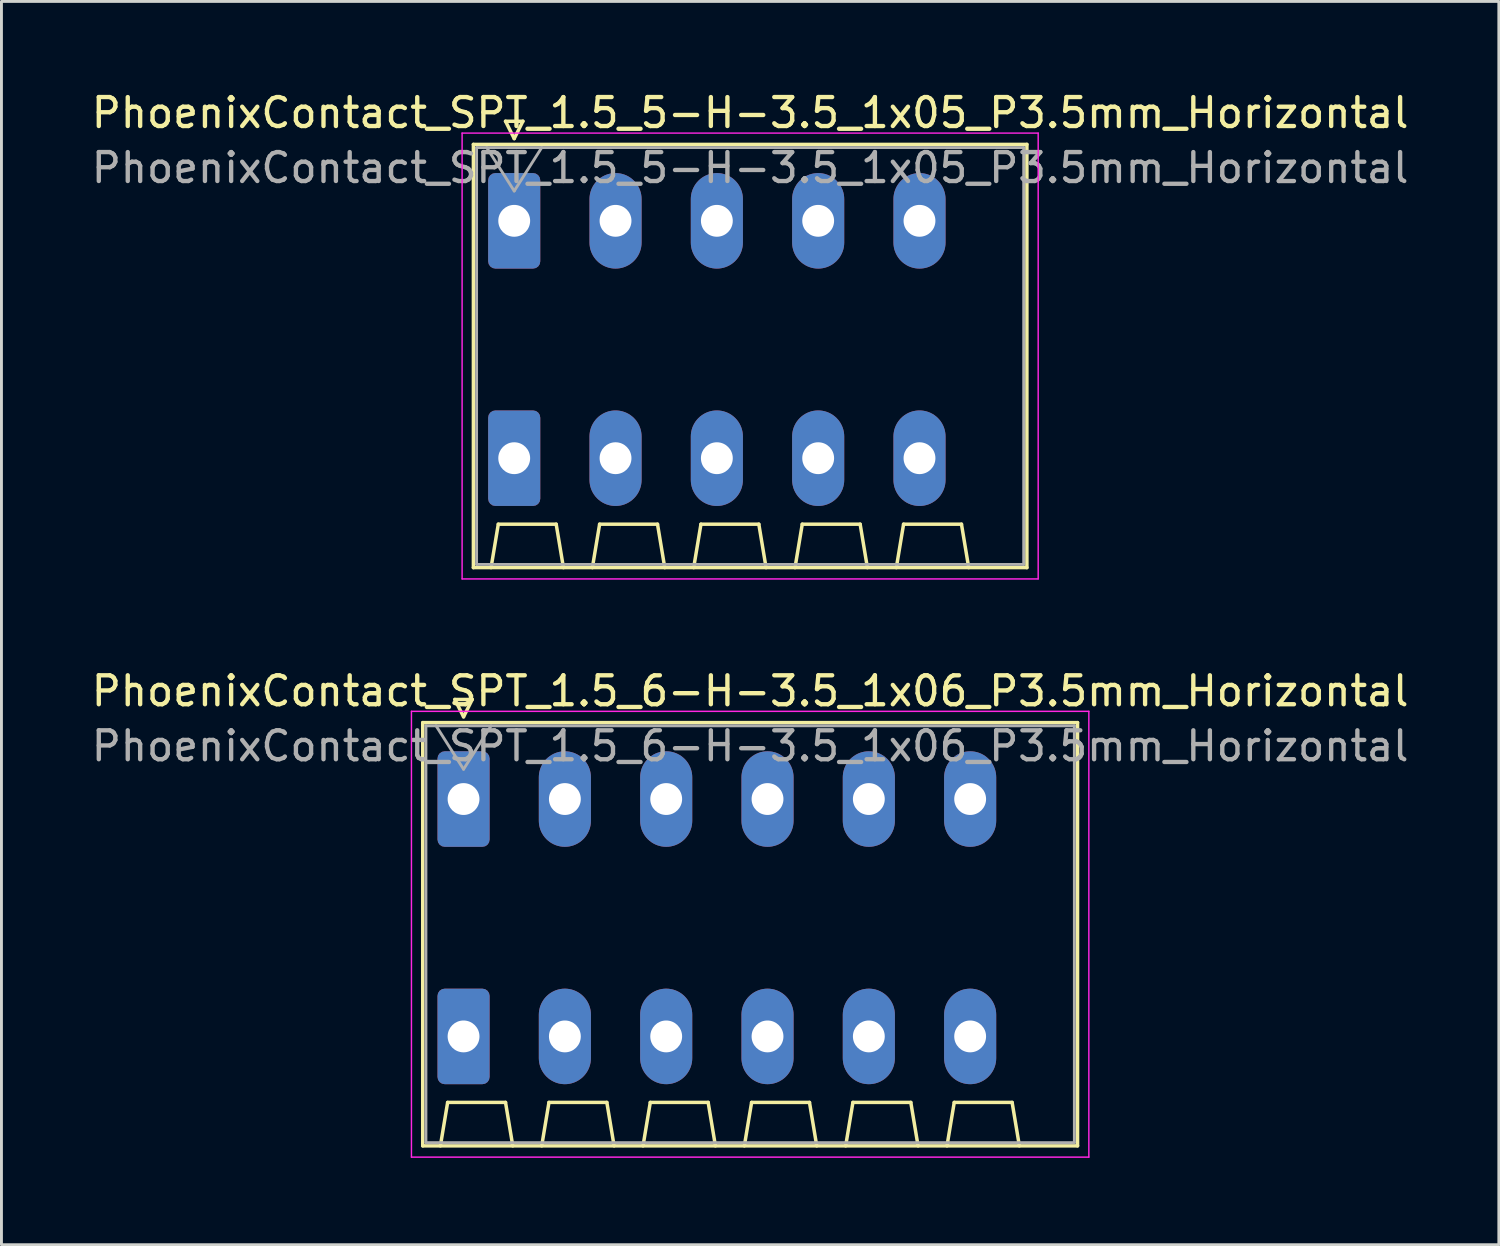
<source format=kicad_pcb>
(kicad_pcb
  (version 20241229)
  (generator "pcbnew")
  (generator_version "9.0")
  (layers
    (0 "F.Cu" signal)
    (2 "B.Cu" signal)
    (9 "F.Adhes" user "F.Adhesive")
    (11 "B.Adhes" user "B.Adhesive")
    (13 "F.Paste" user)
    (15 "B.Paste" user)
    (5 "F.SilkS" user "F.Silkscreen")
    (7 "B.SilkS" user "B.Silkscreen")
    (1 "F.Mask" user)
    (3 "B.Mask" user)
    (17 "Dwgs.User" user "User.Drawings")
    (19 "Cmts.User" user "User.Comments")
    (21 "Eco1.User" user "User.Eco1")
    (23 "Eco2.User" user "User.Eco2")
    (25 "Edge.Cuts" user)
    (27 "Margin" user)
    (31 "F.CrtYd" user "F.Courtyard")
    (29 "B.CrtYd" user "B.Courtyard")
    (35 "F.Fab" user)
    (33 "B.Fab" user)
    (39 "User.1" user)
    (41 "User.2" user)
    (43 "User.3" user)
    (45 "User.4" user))
  (footprint "PhoenixContact_SPT_1.5_6-H-3.5_1x06_P3.5mm_Horizontal"
    (layer "F.Cu")
    (at 12.963 24.552)
    (property "Reference" "PhoenixContact_SPT_1.5_6-H-3.5_1x06_P3.5mm_Horizontal" (at 9.9 -3.73 0) (layer "F.SilkS") (effects (font (size 1 1) (thickness 0.15))))
    (attr through_hole)
    (fp_line (start -1.41 -2.64) (end 21.21 -2.64) (stroke (width 0.12) (type solid)) (layer "F.SilkS"))
    (fp_line (start -1.41 11.98) (end -1.41 -2.64) (stroke (width 0.12) (type solid)) (layer "F.SilkS"))
    (fp_line (start -0.8 11.98) (end -0.55 10.48) (stroke (width 0.12) (type solid)) (layer "F.SilkS"))
    (fp_line (start -0.55 10.48) (end 1.45 10.48) (stroke (width 0.12) (type solid)) (layer "F.SilkS"))
    (fp_line (start -0.3 -3.44) (end 0 -2.84) (stroke (width 0.12) (type solid)) (layer "F.SilkS"))
    (fp_line (start -0.3 -3.44) (end 0.3 -3.44) (stroke (width 0.12) (type solid)) (layer "F.SilkS"))
    (fp_line (start 0.3 -3.44) (end 0 -2.84) (stroke (width 0.12) (type solid)) (layer "F.SilkS"))
    (fp_line (start 1.7 11.98) (end 1.45 10.48) (stroke (width 0.12) (type solid)) (layer "F.SilkS"))
    (fp_line (start 2.7 11.98) (end 2.95 10.48) (stroke (width 0.12) (type solid)) (layer "F.SilkS"))
    (fp_line (start 2.95 10.48) (end 4.95 10.48) (stroke (width 0.12) (type solid)) (layer "F.SilkS"))
    (fp_line (start 5.2 11.98) (end 4.95 10.48) (stroke (width 0.12) (type solid)) (layer "F.SilkS"))
    (fp_line (start 6.2 11.98) (end 6.45 10.48) (stroke (width 0.12) (type solid)) (layer "F.SilkS"))
    (fp_line (start 6.45 10.48) (end 8.45 10.48) (stroke (width 0.12) (type solid)) (layer "F.SilkS"))
    (fp_line (start 8.7 11.98) (end 8.45 10.48) (stroke (width 0.12) (type solid)) (layer "F.SilkS"))
    (fp_line (start 9.7 11.98) (end 9.95 10.48) (stroke (width 0.12) (type solid)) (layer "F.SilkS"))
    (fp_line (start 9.95 10.48) (end 11.95 10.48) (stroke (width 0.12) (type solid)) (layer "F.SilkS"))
    (fp_line (start 12.2 11.98) (end 11.95 10.48) (stroke (width 0.12) (type solid)) (layer "F.SilkS"))
    (fp_line (start 13.2 11.98) (end 13.45 10.48) (stroke (width 0.12) (type solid)) (layer "F.SilkS"))
    (fp_line (start 13.45 10.48) (end 15.45 10.48) (stroke (width 0.12) (type solid)) (layer "F.SilkS"))
    (fp_line (start 15.7 11.98) (end 15.45 10.48) (stroke (width 0.12) (type solid)) (layer "F.SilkS"))
    (fp_line (start 16.7 11.98) (end 16.95 10.48) (stroke (width 0.12) (type solid)) (layer "F.SilkS"))
    (fp_line (start 16.95 10.48) (end 18.95 10.48) (stroke (width 0.12) (type solid)) (layer "F.SilkS"))
    (fp_line (start 19.2 11.98) (end 18.95 10.48) (stroke (width 0.12) (type solid)) (layer "F.SilkS"))
    (fp_line (start 21.21 -2.64) (end 21.21 11.98) (stroke (width 0.12) (type solid)) (layer "F.SilkS"))
    (fp_line (start 21.21 11.98) (end -1.41 11.98) (stroke (width 0.12) (type solid)) (layer "F.SilkS"))
    (fp_line (start -1.8 -3.03) (end -1.8 12.37) (stroke (width 0.05) (type solid)) (layer "F.CrtYd"))
    (fp_line (start -1.8 12.37) (end 21.6 12.37) (stroke (width 0.05) (type solid)) (layer "F.CrtYd"))
    (fp_line (start 21.6 -3.03) (end -1.8 -3.03) (stroke (width 0.05) (type solid)) (layer "F.CrtYd"))
    (fp_line (start 21.6 12.37) (end 21.6 -3.03) (stroke (width 0.05) (type solid)) (layer "F.CrtYd"))
    (fp_line (start -1.3 -2.53) (end -1.3 11.87) (stroke (width 0.1) (type solid)) (layer "F.Fab"))
    (fp_line (start -1.3 11.87) (end 21.1 11.87) (stroke (width 0.1) (type solid)) (layer "F.Fab"))
    (fp_line (start -0.95 -2.53) (end 0 -1.03) (stroke (width 0.1) (type solid)) (layer "F.Fab"))
    (fp_line (start 0.95 -2.53) (end 0 -1.03) (stroke (width 0.1) (type solid)) (layer "F.Fab"))
    (fp_line (start 21.1 -2.53) (end -1.3 -2.53) (stroke (width 0.1) (type solid)) (layer "F.Fab"))
    (fp_line (start 21.1 11.87) (end 21.1 -2.53) (stroke (width 0.1) (type solid)) (layer "F.Fab"))
    (fp_text user "${REFERENCE}" (at 9.9 -1.83 0) (layer "F.Fab") (effects (font (size 1 1) (thickness 0.15))))
    (pad "1" thru_hole roundrect (at 0 0) (size 1.8 3.3) (drill 1.1) (layers "*.Cu" "*.Mask") (roundrect_rratio 0.139))
    (pad "1" thru_hole roundrect (at 0 8.2) (size 1.8 3.3) (drill 1.1) (layers "*.Cu" "*.Mask") (roundrect_rratio 0.139))
    (pad "2" thru_hole oval (at 3.5 0) (size 1.8 3.3) (drill 1.1) (layers "*.Cu" "*.Mask"))
    (pad "2" thru_hole oval (at 3.5 8.2) (size 1.8 3.3) (drill 1.1) (layers "*.Cu" "*.Mask"))
    (pad "3" thru_hole oval (at 7 0) (size 1.8 3.3) (drill 1.1) (layers "*.Cu" "*.Mask"))
    (pad "3" thru_hole oval (at 7 8.2) (size 1.8 3.3) (drill 1.1) (layers "*.Cu" "*.Mask"))
    (pad "4" thru_hole oval (at 10.5 0) (size 1.8 3.3) (drill 1.1) (layers "*.Cu" "*.Mask"))
    (pad "4" thru_hole oval (at 10.5 8.2) (size 1.8 3.3) (drill 1.1) (layers "*.Cu" "*.Mask"))
    (pad "5" thru_hole oval (at 14 0) (size 1.8 3.3) (drill 1.1) (layers "*.Cu" "*.Mask"))
    (pad "5" thru_hole oval (at 14 8.2) (size 1.8 3.3) (drill 1.1) (layers "*.Cu" "*.Mask"))
    (pad "6" thru_hole oval (at 17.5 0) (size 1.8 3.3) (drill 1.1) (layers "*.Cu" "*.Mask"))
    (pad "6" thru_hole oval (at 17.5 8.2) (size 1.8 3.3) (drill 1.1) (layers "*.Cu" "*.Mask")))
  (footprint "PhoenixContact_SPT_1.5_5-H-3.5_1x05_P3.5mm_Horizontal"
    (layer "F.Cu")
    (at 14.713 4.578)
    (property "Reference" "PhoenixContact_SPT_1.5_5-H-3.5_1x05_P3.5mm_Horizontal" (at 8.15 -3.73 0) (layer "F.SilkS") (effects (font (size 1 1) (thickness 0.15))))
    (attr through_hole)
    (fp_line (start -1.41 -2.64) (end 17.71 -2.64) (stroke (width 0.12) (type solid)) (layer "F.SilkS"))
    (fp_line (start -1.41 11.98) (end -1.41 -2.64) (stroke (width 0.12) (type solid)) (layer "F.SilkS"))
    (fp_line (start -0.8 11.98) (end -0.55 10.48) (stroke (width 0.12) (type solid)) (layer "F.SilkS"))
    (fp_line (start -0.55 10.48) (end 1.45 10.48) (stroke (width 0.12) (type solid)) (layer "F.SilkS"))
    (fp_line (start -0.3 -3.44) (end 0 -2.84) (stroke (width 0.12) (type solid)) (layer "F.SilkS"))
    (fp_line (start -0.3 -3.44) (end 0.3 -3.44) (stroke (width 0.12) (type solid)) (layer "F.SilkS"))
    (fp_line (start 0.3 -3.44) (end 0 -2.84) (stroke (width 0.12) (type solid)) (layer "F.SilkS"))
    (fp_line (start 1.7 11.98) (end 1.45 10.48) (stroke (width 0.12) (type solid)) (layer "F.SilkS"))
    (fp_line (start 2.7 11.98) (end 2.95 10.48) (stroke (width 0.12) (type solid)) (layer "F.SilkS"))
    (fp_line (start 2.95 10.48) (end 4.95 10.48) (stroke (width 0.12) (type solid)) (layer "F.SilkS"))
    (fp_line (start 5.2 11.98) (end 4.95 10.48) (stroke (width 0.12) (type solid)) (layer "F.SilkS"))
    (fp_line (start 6.2 11.98) (end 6.45 10.48) (stroke (width 0.12) (type solid)) (layer "F.SilkS"))
    (fp_line (start 6.45 10.48) (end 8.45 10.48) (stroke (width 0.12) (type solid)) (layer "F.SilkS"))
    (fp_line (start 8.7 11.98) (end 8.45 10.48) (stroke (width 0.12) (type solid)) (layer "F.SilkS"))
    (fp_line (start 9.7 11.98) (end 9.95 10.48) (stroke (width 0.12) (type solid)) (layer "F.SilkS"))
    (fp_line (start 9.95 10.48) (end 11.95 10.48) (stroke (width 0.12) (type solid)) (layer "F.SilkS"))
    (fp_line (start 12.2 11.98) (end 11.95 10.48) (stroke (width 0.12) (type solid)) (layer "F.SilkS"))
    (fp_line (start 13.2 11.98) (end 13.45 10.48) (stroke (width 0.12) (type solid)) (layer "F.SilkS"))
    (fp_line (start 13.45 10.48) (end 15.45 10.48) (stroke (width 0.12) (type solid)) (layer "F.SilkS"))
    (fp_line (start 15.7 11.98) (end 15.45 10.48) (stroke (width 0.12) (type solid)) (layer "F.SilkS"))
    (fp_line (start 17.71 -2.64) (end 17.71 11.98) (stroke (width 0.12) (type solid)) (layer "F.SilkS"))
    (fp_line (start 17.71 11.98) (end -1.41 11.98) (stroke (width 0.12) (type solid)) (layer "F.SilkS"))
    (fp_line (start -1.8 -3.03) (end -1.8 12.37) (stroke (width 0.05) (type solid)) (layer "F.CrtYd"))
    (fp_line (start -1.8 12.37) (end 18.1 12.37) (stroke (width 0.05) (type solid)) (layer "F.CrtYd"))
    (fp_line (start 18.1 -3.03) (end -1.8 -3.03) (stroke (width 0.05) (type solid)) (layer "F.CrtYd"))
    (fp_line (start 18.1 12.37) (end 18.1 -3.03) (stroke (width 0.05) (type solid)) (layer "F.CrtYd"))
    (fp_line (start -1.3 -2.53) (end -1.3 11.87) (stroke (width 0.1) (type solid)) (layer "F.Fab"))
    (fp_line (start -1.3 11.87) (end 17.6 11.87) (stroke (width 0.1) (type solid)) (layer "F.Fab"))
    (fp_line (start -0.95 -2.53) (end 0 -1.03) (stroke (width 0.1) (type solid)) (layer "F.Fab"))
    (fp_line (start 0.95 -2.53) (end 0 -1.03) (stroke (width 0.1) (type solid)) (layer "F.Fab"))
    (fp_line (start 17.6 -2.53) (end -1.3 -2.53) (stroke (width 0.1) (type solid)) (layer "F.Fab"))
    (fp_line (start 17.6 11.87) (end 17.6 -2.53) (stroke (width 0.1) (type solid)) (layer "F.Fab"))
    (fp_text user "${REFERENCE}" (at 8.15 -1.83 0) (layer "F.Fab") (effects (font (size 1 1) (thickness 0.15))))
    (pad "1" thru_hole roundrect (at 0 0) (size 1.8 3.3) (drill 1.1) (layers "*.Cu" "*.Mask") (roundrect_rratio 0.139))
    (pad "1" thru_hole roundrect (at 0 8.2) (size 1.8 3.3) (drill 1.1) (layers "*.Cu" "*.Mask") (roundrect_rratio 0.139))
    (pad "2" thru_hole oval (at 3.5 0) (size 1.8 3.3) (drill 1.1) (layers "*.Cu" "*.Mask"))
    (pad "2" thru_hole oval (at 3.5 8.2) (size 1.8 3.3) (drill 1.1) (layers "*.Cu" "*.Mask"))
    (pad "3" thru_hole oval (at 7 0) (size 1.8 3.3) (drill 1.1) (layers "*.Cu" "*.Mask"))
    (pad "3" thru_hole oval (at 7 8.2) (size 1.8 3.3) (drill 1.1) (layers "*.Cu" "*.Mask"))
    (pad "4" thru_hole oval (at 10.5 0) (size 1.8 3.3) (drill 1.1) (layers "*.Cu" "*.Mask"))
    (pad "4" thru_hole oval (at 10.5 8.2) (size 1.8 3.3) (drill 1.1) (layers "*.Cu" "*.Mask"))
    (pad "5" thru_hole oval (at 14 0) (size 1.8 3.3) (drill 1.1) (layers "*.Cu" "*.Mask"))
    (pad "5" thru_hole oval (at 14 8.2) (size 1.8 3.3) (drill 1.1) (layers "*.Cu" "*.Mask")))
  (gr_rect
    (start -3 -3)
    (end 48.726 39.947)
    (stroke (width 0.1) (type default))
    (fill no)
    (layer "Edge.Cuts")))
</source>
